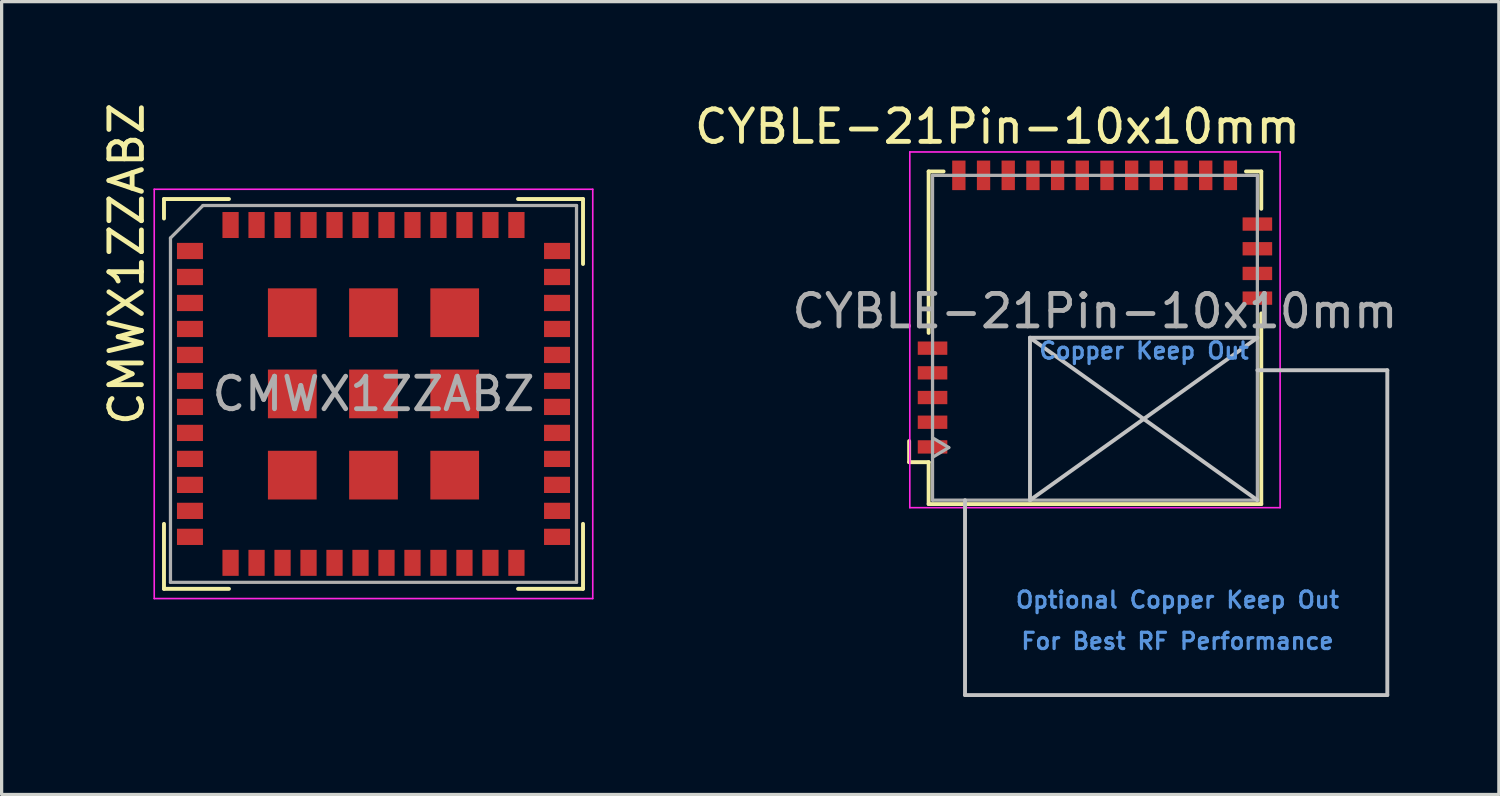
<source format=kicad_pcb>
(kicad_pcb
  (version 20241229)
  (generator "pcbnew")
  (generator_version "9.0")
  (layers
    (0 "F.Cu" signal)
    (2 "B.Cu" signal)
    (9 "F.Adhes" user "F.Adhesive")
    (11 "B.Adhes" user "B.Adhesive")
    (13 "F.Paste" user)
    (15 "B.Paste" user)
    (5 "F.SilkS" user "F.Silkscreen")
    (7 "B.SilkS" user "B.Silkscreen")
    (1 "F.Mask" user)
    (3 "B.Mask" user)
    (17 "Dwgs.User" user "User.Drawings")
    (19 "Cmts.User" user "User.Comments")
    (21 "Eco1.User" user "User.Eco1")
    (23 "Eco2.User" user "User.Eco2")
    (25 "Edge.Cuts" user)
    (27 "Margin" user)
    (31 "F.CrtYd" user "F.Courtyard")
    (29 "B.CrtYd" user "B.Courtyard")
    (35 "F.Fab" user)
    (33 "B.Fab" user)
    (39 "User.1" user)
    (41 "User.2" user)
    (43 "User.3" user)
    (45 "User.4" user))
  (footprint "CMWX1ZZABZ"
    (layer "F.Cu")
    (at 8.448 9.077)
    (property "Reference" "CMWX1ZZABZ" (at -7.6 -4 270) (layer "F.SilkS") (effects (font (size 1 1) (thickness 0.15))))
    (attr smd)
    (fp_line (start -6.45 -6) (end -6.45 -5.4) (stroke (width 0.12) (type solid)) (layer "F.SilkS"))
    (fp_line (start -6.45 -6) (end -4.45 -6) (stroke (width 0.12) (type solid)) (layer "F.SilkS"))
    (fp_line (start -6.45 4) (end -6.45 6) (stroke (width 0.12) (type solid)) (layer "F.SilkS"))
    (fp_line (start -6.45 6) (end -4.45 6) (stroke (width 0.12) (type solid)) (layer "F.SilkS"))
    (fp_line (start 4.45 -6) (end 6.45 -6) (stroke (width 0.12) (type solid)) (layer "F.SilkS"))
    (fp_line (start 4.45 6) (end 6.45 6) (stroke (width 0.12) (type solid)) (layer "F.SilkS"))
    (fp_line (start 6.45 -6) (end 6.45 -4) (stroke (width 0.12) (type solid)) (layer "F.SilkS"))
    (fp_line (start 6.45 4) (end 6.45 6) (stroke (width 0.12) (type solid)) (layer "F.SilkS"))
    (fp_line (start -6.75 -6.3) (end 6.75 -6.3) (stroke (width 0.05) (type solid)) (layer "F.CrtYd"))
    (fp_line (start -6.75 6.3) (end -6.75 -6.3) (stroke (width 0.05) (type solid)) (layer "F.CrtYd"))
    (fp_line (start -6.75 6.3) (end 6.75 6.3) (stroke (width 0.05) (type solid)) (layer "F.CrtYd"))
    (fp_line (start 6.75 -6.3) (end 6.75 6.3) (stroke (width 0.05) (type solid)) (layer "F.CrtYd"))
    (fp_line (start -6.25 -4.8) (end -6.25 5.8) (stroke (width 0.1) (type solid)) (layer "F.Fab"))
    (fp_line (start -6.25 5.8) (end 6.25 5.8) (stroke (width 0.1) (type solid)) (layer "F.Fab"))
    (fp_line (start -5.25 -5.8) (end -6.25 -4.8) (stroke (width 0.1) (type solid)) (layer "F.Fab"))
    (fp_line (start -5.25 -5.8) (end 6.25 -5.8) (stroke (width 0.1) (type solid)) (layer "F.Fab"))
    (fp_line (start 6.25 -5.8) (end 6.25 5.8) (stroke (width 0.1) (type solid)) (layer "F.Fab"))
    (fp_text user "${REFERENCE}" (at 0 0 0) (layer "F.Fab") (effects (font (size 1 1) (thickness 0.15))))
    (pad "1" smd rect (at -5.65 -4.4) (size 0.8 0.5) (layers "F.Cu" "F.Mask" "F.Paste"))
    (pad "2" smd rect (at -5.65 -3.6) (size 0.8 0.5) (layers "F.Cu" "F.Mask" "F.Paste"))
    (pad "3" smd rect (at -5.65 -2.8) (size 0.8 0.5) (layers "F.Cu" "F.Mask" "F.Paste"))
    (pad "4" smd rect (at -5.65 -2) (size 0.8 0.5) (layers "F.Cu" "F.Mask" "F.Paste"))
    (pad "5" smd rect (at -5.65 -1.2) (size 0.8 0.5) (layers "F.Cu" "F.Mask" "F.Paste"))
    (pad "6" smd rect (at -5.65 -0.4) (size 0.8 0.5) (layers "F.Cu" "F.Mask" "F.Paste"))
    (pad "7" smd rect (at -5.65 0.4) (size 0.8 0.5) (layers "F.Cu" "F.Mask" "F.Paste"))
    (pad "8" smd rect (at -5.65 1.2) (size 0.8 0.5) (layers "F.Cu" "F.Mask" "F.Paste"))
    (pad "9" smd rect (at -5.65 2) (size 0.8 0.5) (layers "F.Cu" "F.Mask" "F.Paste"))
    (pad "10" smd rect (at -5.65 2.8) (size 0.8 0.5) (layers "F.Cu" "F.Mask" "F.Paste"))
    (pad "11" smd rect (at -5.65 3.6) (size 0.8 0.5) (layers "F.Cu" "F.Mask" "F.Paste"))
    (pad "12" smd rect (at -5.65 4.4) (size 0.8 0.5) (layers "F.Cu" "F.Mask" "F.Paste"))
    (pad "13" smd rect (at -4.4 5.2 90) (size 0.8 0.5) (layers "F.Cu" "F.Mask" "F.Paste"))
    (pad "14" smd rect (at -3.6 5.2 90) (size 0.8 0.5) (layers "F.Cu" "F.Mask" "F.Paste"))
    (pad "15" smd rect (at -2.8 5.2 90) (size 0.8 0.5) (layers "F.Cu" "F.Mask" "F.Paste"))
    (pad "16" smd rect (at -2 5.2 90) (size 0.8 0.5) (layers "F.Cu" "F.Mask" "F.Paste"))
    (pad "17" smd rect (at -1.2 5.2 90) (size 0.8 0.5) (layers "F.Cu" "F.Mask" "F.Paste"))
    (pad "18" smd rect (at -0.4 5.2 90) (size 0.8 0.5) (layers "F.Cu" "F.Mask" "F.Paste"))
    (pad "19" smd rect (at 0.4 5.2 90) (size 0.8 0.5) (layers "F.Cu" "F.Mask" "F.Paste"))
    (pad "20" smd rect (at 1.2 5.2 270) (size 0.8 0.5) (layers "F.Cu" "F.Mask" "F.Paste"))
    (pad "21" smd rect (at 2 5.2 270) (size 0.8 0.5) (layers "F.Cu" "F.Mask" "F.Paste"))
    (pad "22" smd rect (at 2.8 5.2 270) (size 0.8 0.5) (layers "F.Cu" "F.Mask" "F.Paste"))
    (pad "23" smd rect (at 3.6 5.2 270) (size 0.8 0.5) (layers "F.Cu" "F.Mask" "F.Paste"))
    (pad "24" smd rect (at 4.4 5.2 270) (size 0.8 0.5) (layers "F.Cu" "F.Mask" "F.Paste"))
    (pad "25" smd rect (at 5.65 4.4) (size 0.8 0.5) (layers "F.Cu" "F.Mask" "F.Paste"))
    (pad "26" smd rect (at 5.65 3.6) (size 0.8 0.5) (layers "F.Cu" "F.Mask" "F.Paste"))
    (pad "27" smd rect (at 5.65 2.8) (size 0.8 0.5) (layers "F.Cu" "F.Mask" "F.Paste"))
    (pad "28" smd rect (at 5.65 2) (size 0.8 0.5) (layers "F.Cu" "F.Mask" "F.Paste"))
    (pad "29" smd rect (at 5.65 1.2) (size 0.8 0.5) (layers "F.Cu" "F.Mask" "F.Paste"))
    (pad "30" smd rect (at 5.65 0.4) (size 0.8 0.5) (layers "F.Cu" "F.Mask" "F.Paste"))
    (pad "31" smd rect (at 5.65 -0.4) (size 0.8 0.5) (layers "F.Cu" "F.Mask" "F.Paste"))
    (pad "32" smd rect (at 5.65 -1.2) (size 0.8 0.5) (layers "F.Cu" "F.Mask" "F.Paste"))
    (pad "33" smd rect (at 5.65 -2) (size 0.8 0.5) (layers "F.Cu" "F.Mask" "F.Paste"))
    (pad "34" smd rect (at 5.65 -2.8) (size 0.8 0.5) (layers "F.Cu" "F.Mask" "F.Paste"))
    (pad "35" smd rect (at 5.65 -3.6) (size 0.8 0.5) (layers "F.Cu" "F.Mask" "F.Paste"))
    (pad "36" smd rect (at 5.65 -4.4) (size 0.8 0.5) (layers "F.Cu" "F.Mask" "F.Paste"))
    (pad "37" smd rect (at 4.4 -5.2 90) (size 0.8 0.5) (layers "F.Cu" "F.Mask" "F.Paste"))
    (pad "38" smd rect (at 3.6 -5.2 90) (size 0.8 0.5) (layers "F.Cu" "F.Mask" "F.Paste"))
    (pad "39" smd rect (at 2.8 -5.2 90) (size 0.8 0.5) (layers "F.Cu" "F.Mask" "F.Paste"))
    (pad "40" smd rect (at 2 -5.2 90) (size 0.8 0.5) (layers "F.Cu" "F.Mask" "F.Paste"))
    (pad "41" smd rect (at 1.2 -5.2 90) (size 0.8 0.5) (layers "F.Cu" "F.Mask" "F.Paste"))
    (pad "42" smd rect (at 0.4 -5.2 90) (size 0.8 0.5) (layers "F.Cu" "F.Mask" "F.Paste"))
    (pad "43" smd rect (at -0.4 -5.2 90) (size 0.8 0.5) (layers "F.Cu" "F.Mask" "F.Paste"))
    (pad "44" smd rect (at -1.2 -5.2 90) (size 0.8 0.5) (layers "F.Cu" "F.Mask" "F.Paste"))
    (pad "45" smd rect (at -2 -5.2 90) (size 0.8 0.5) (layers "F.Cu" "F.Mask" "F.Paste"))
    (pad "46" smd rect (at -2.8 -5.2 90) (size 0.8 0.5) (layers "F.Cu" "F.Mask" "F.Paste"))
    (pad "47" smd rect (at -3.6 -5.2 90) (size 0.8 0.5) (layers "F.Cu" "F.Mask" "F.Paste"))
    (pad "48" smd rect (at -4.4 -5.2 90) (size 0.8 0.5) (layers "F.Cu" "F.Mask" "F.Paste"))
    (pad "49" smd rect (at -2.5 -2.5 90) (size 1.5 1.5) (layers "F.Cu" "F.Mask" "F.Paste"))
    (pad "50" smd rect (at 0 -2.5 90) (size 1.5 1.5) (layers "F.Cu" "F.Mask" "F.Paste"))
    (pad "51" smd rect (at 2.5 -2.5 90) (size 1.5 1.5) (layers "F.Cu" "F.Mask" "F.Paste"))
    (pad "52" smd rect (at -2.5 0 90) (size 1.5 1.5) (layers "F.Cu" "F.Mask" "F.Paste"))
    (pad "53" smd rect (at 0 0 90) (size 1.5 1.5) (layers "F.Cu" "F.Mask" "F.Paste"))
    (pad "54" smd rect (at 2.5 0 90) (size 1.5 1.5) (layers "F.Cu" "F.Mask" "F.Paste"))
    (pad "55" smd rect (at -2.5 2.5 90) (size 1.5 1.5) (layers "F.Cu" "F.Mask" "F.Paste"))
    (pad "56" smd rect (at 0 2.5 90) (size 1.5 1.5) (layers "F.Cu" "F.Mask" "F.Paste"))
    (pad "57" smd rect (at 2.5 2.5 90) (size 1.5 1.5) (layers "F.Cu" "F.Mask" "F.Paste")))
  (footprint "CYBLE-21Pin-10x10mm"
    (layer "F.Cu")
    (at 30.658 6.528)
    (property "Reference" "CYBLE-21Pin-10x10mm" (at -3 -5.68 0) (layer "F.SilkS") (effects (font (size 1 1) (thickness 0.15))))
    (attr smd)
    (fp_line (start -5.72 4.65) (end -5.72 4) (stroke (width 0.12) (type solid)) (layer "F.SilkS"))
    (fp_line (start -5.12 -4.3) (end -5.12 0.67) (stroke (width 0.12) (type solid)) (layer "F.SilkS"))
    (fp_line (start -5.12 4.65) (end -5.72 4.65) (stroke (width 0.12) (type solid)) (layer "F.SilkS"))
    (fp_line (start -5.12 4.65) (end -5.12 5.94) (stroke (width 0.12) (type solid)) (layer "F.SilkS"))
    (fp_line (start -5.12 5.94) (end 5.12 5.94) (stroke (width 0.12) (type solid)) (layer "F.SilkS"))
    (fp_line (start -4.66 -4.3) (end -5.12 -4.3) (stroke (width 0.12) (type solid)) (layer "F.SilkS"))
    (fp_line (start 5.12 -4.3) (end 4.65 -4.3) (stroke (width 0.12) (type solid)) (layer "F.SilkS"))
    (fp_line (start 5.12 -4.3) (end 5.12 -3.15) (stroke (width 0.12) (type solid)) (layer "F.SilkS"))
    (fp_line (start 5.12 5.94) (end 5.12 0.07) (stroke (width 0.12) (type solid)) (layer "F.SilkS"))
    (fp_line (start -4 11.82) (end -4 5.82) (stroke (width 0.12) (type solid)) (layer "Dwgs.User"))
    (fp_line (start -2 0.82) (end -2 5.82) (stroke (width 0.12) (type solid)) (layer "Dwgs.User"))
    (fp_line (start -2 0.82) (end 5 5.82) (stroke (width 0.12) (type solid)) (layer "Dwgs.User"))
    (fp_line (start 5 0.82) (end -2 0.82) (stroke (width 0.12) (type solid)) (layer "Dwgs.User"))
    (fp_line (start 5 0.82) (end -2 5.82) (stroke (width 0.12) (type solid)) (layer "Dwgs.User"))
    (fp_line (start 5 1.82) (end 9 1.82) (stroke (width 0.12) (type solid)) (layer "Dwgs.User"))
    (fp_line (start 9 1.82) (end 9 11.82) (stroke (width 0.12) (type solid)) (layer "Dwgs.User"))
    (fp_line (start 9 11.82) (end -4 11.82) (stroke (width 0.12) (type solid)) (layer "Dwgs.User"))
    (fp_line (start -5.7 -4.9) (end -5.7 6.05) (stroke (width 0.05) (type solid)) (layer "F.CrtYd"))
    (fp_line (start -5.7 6.05) (end 5.7 6.05) (stroke (width 0.05) (type solid)) (layer "F.CrtYd"))
    (fp_line (start 5.7 -4.9) (end -5.7 -4.9) (stroke (width 0.05) (type solid)) (layer "F.CrtYd"))
    (fp_line (start 5.7 6.05) (end 5.7 -4.9) (stroke (width 0.05) (type solid)) (layer "F.CrtYd"))
    (fp_line (start -5 -4.18) (end 5 -4.18) (stroke (width 0.1) (type solid)) (layer "F.Fab"))
    (fp_line (start -5 3.9) (end -4.5 4.2) (stroke (width 0.1) (type solid)) (layer "F.Fab"))
    (fp_line (start -5 5.82) (end -5 -4.18) (stroke (width 0.1) (type solid)) (layer "F.Fab"))
    (fp_line (start -4.5 4.2) (end -5 4.5) (stroke (width 0.1) (type solid)) (layer "F.Fab"))
    (fp_line (start 5 -4.18) (end 5 5.82) (stroke (width 0.1) (type solid)) (layer "F.Fab"))
    (fp_line (start 5 5.82) (end -5 5.82) (stroke (width 0.1) (type solid)) (layer "F.Fab"))
    (fp_text user "Copper Keep Out" (at 1.51 1.22 0) (layer "Cmts.User") (effects (font (size 0.5 0.5) (thickness 0.1))))
    (fp_text user "For Best RF Performance" (at 2.54 10.16 0) (layer "Cmts.User") (effects (font (size 0.5 0.5) (thickness 0.1))))
    (fp_text user "Optional Copper Keep Out" (at 2.54 8.89 0) (layer "Cmts.User") (effects (font (size 0.5 0.5) (thickness 0.1))))
    (fp_text user "${REFERENCE}" (at 0 0 0) (layer "F.Fab") (effects (font (size 1 1) (thickness 0.15))))
    (pad "1" smd rect (at -5 4.18) (size 0.91 0.41) (layers "F.Cu" "F.Mask" "F.Paste"))
    (pad "2" smd rect (at -5 3.42) (size 0.91 0.41) (layers "F.Cu" "F.Mask" "F.Paste"))
    (pad "3" smd rect (at -5 2.66) (size 0.91 0.41) (layers "F.Cu" "F.Mask" "F.Paste"))
    (pad "4" smd rect (at -5 1.9) (size 0.91 0.41) (layers "F.Cu" "F.Mask" "F.Paste"))
    (pad "5" smd rect (at -5 1.14) (size 0.91 0.41) (layers "F.Cu" "F.Mask" "F.Paste"))
    (pad "6" smd rect (at -4.19 -4.18) (size 0.41 0.91) (layers "F.Cu" "F.Mask" "F.Paste"))
    (pad "7" smd rect (at -3.43 -4.18) (size 0.41 0.91) (layers "F.Cu" "F.Mask" "F.Paste"))
    (pad "8" smd rect (at -2.67 -4.18) (size 0.41 0.91) (layers "F.Cu" "F.Mask" "F.Paste"))
    (pad "9" smd rect (at -1.91 -4.18) (size 0.41 0.91) (layers "F.Cu" "F.Mask" "F.Paste"))
    (pad "10" smd rect (at -1.15 -4.18) (size 0.41 0.91) (layers "F.Cu" "F.Mask" "F.Paste"))
    (pad "11" smd rect (at -0.39 -4.18) (size 0.41 0.91) (layers "F.Cu" "F.Mask" "F.Paste"))
    (pad "12" smd rect (at 0.37 -4.18) (size 0.41 0.91) (layers "F.Cu" "F.Mask" "F.Paste"))
    (pad "13" smd rect (at 1.13 -4.18) (size 0.41 0.91) (layers "F.Cu" "F.Mask" "F.Paste"))
    (pad "14" smd rect (at 1.89 -4.18) (size 0.41 0.91) (layers "F.Cu" "F.Mask" "F.Paste"))
    (pad "15" smd rect (at 2.65 -4.18) (size 0.41 0.91) (layers "F.Cu" "F.Mask" "F.Paste"))
    (pad "16" smd rect (at 3.41 -4.18) (size 0.41 0.91) (layers "F.Cu" "F.Mask" "F.Paste"))
    (pad "17" smd rect (at 4.17 -4.18) (size 0.41 0.91) (layers "F.Cu" "F.Mask" "F.Paste"))
    (pad "18" smd rect (at 5 -2.68) (size 0.91 0.41) (layers "F.Cu" "F.Mask" "F.Paste"))
    (pad "19" smd rect (at 5 -1.92) (size 0.91 0.41) (layers "F.Cu" "F.Mask" "F.Paste"))
    (pad "20" smd rect (at 5 -1.16) (size 0.91 0.41) (layers "F.Cu" "F.Mask" "F.Paste"))
    (pad "21" smd rect (at 5 -0.4) (size 0.91 0.41) (layers "F.Cu" "F.Mask" "F.Paste")))
  (gr_rect
    (start -3 -3)
    (end 43.092 21.408)
    (stroke (width 0.1) (type default))
    (fill no)
    (layer "Edge.Cuts")))
</source>
